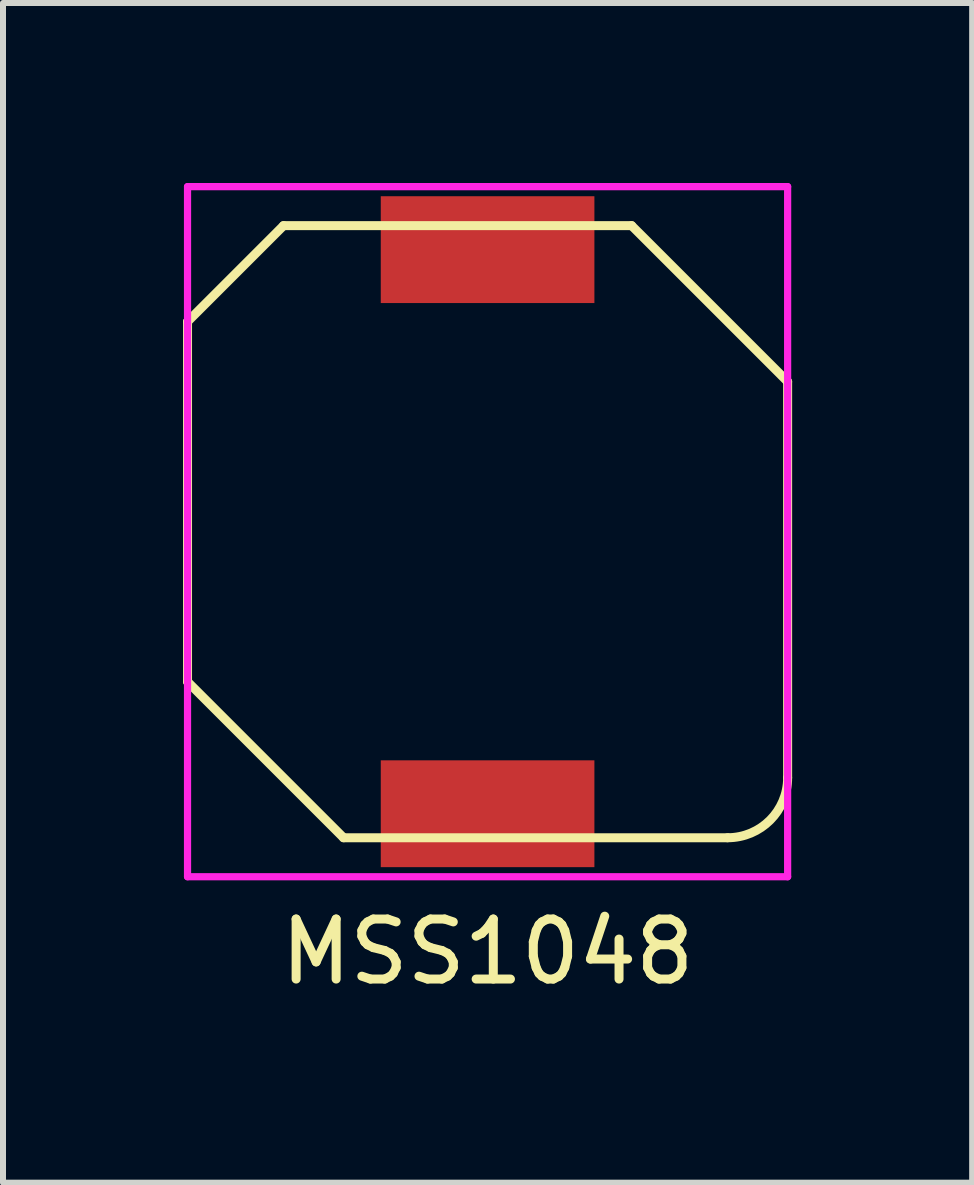
<source format=kicad_pcb>
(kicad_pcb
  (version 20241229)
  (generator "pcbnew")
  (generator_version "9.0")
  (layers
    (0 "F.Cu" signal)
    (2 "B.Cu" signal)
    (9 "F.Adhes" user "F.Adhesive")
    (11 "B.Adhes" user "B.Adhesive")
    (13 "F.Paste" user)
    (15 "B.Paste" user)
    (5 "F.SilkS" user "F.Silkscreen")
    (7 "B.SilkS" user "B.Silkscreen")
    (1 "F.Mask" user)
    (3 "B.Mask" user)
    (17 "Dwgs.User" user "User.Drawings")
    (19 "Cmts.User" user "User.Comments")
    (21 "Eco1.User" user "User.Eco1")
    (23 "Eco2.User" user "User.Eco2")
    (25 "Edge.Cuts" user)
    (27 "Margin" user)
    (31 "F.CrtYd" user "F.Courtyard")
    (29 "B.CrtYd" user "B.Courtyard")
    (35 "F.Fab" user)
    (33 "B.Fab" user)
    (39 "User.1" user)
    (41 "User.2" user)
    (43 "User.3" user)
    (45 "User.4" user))
  (footprint "MSS1048"
    (layer "F.Cu")
    (at 5.075 5.81)
    (property "Reference" "MSS1048" (at 0 7 0) (layer "F.SilkS") (effects (font (size 1 1) (thickness 0.15))))
    (attr smd)
    (fp_line (start -5 -3.5) (end -5 2.5) (stroke (width 0.15) (type solid)) (layer "F.SilkS"))
    (fp_line (start -5 -3.5) (end -3.4 -5.1) (stroke (width 0.15) (type solid)) (layer "F.SilkS"))
    (fp_line (start -5 2.5) (end -2.4 5.1) (stroke (width 0.15) (type solid)) (layer "F.SilkS"))
    (fp_line (start -2.4 5.1) (end 4 5.1) (stroke (width 0.15) (type solid)) (layer "F.SilkS"))
    (fp_line (start 2.4 -5.1) (end -3.4 -5.1) (stroke (width 0.15) (type solid)) (layer "F.SilkS"))
    (fp_line (start 2.4 -5.1) (end 5 -2.5) (stroke (width 0.15) (type solid)) (layer "F.SilkS"))
    (fp_line (start 5 4.1) (end 5 -2.5) (stroke (width 0.15) (type solid)) (layer "F.SilkS"))
    (fp_arc (start 5 4.1) (mid 4.707107 4.807107) (end 4 5.1) (stroke (width 0.15) (type solid)) (layer "F.SilkS"))
    (fp_line (start -5 -5.75) (end 5 -5.75) (stroke (width 0.12) (type solid)) (layer "F.CrtYd"))
    (fp_line (start -5 5.75) (end -5 -5.75) (stroke (width 0.12) (type solid)) (layer "F.CrtYd"))
    (fp_line (start 5 -5.75) (end 5 5.75) (stroke (width 0.12) (type solid)) (layer "F.CrtYd"))
    (fp_line (start 5 5.75) (end -5 5.75) (stroke (width 0.12) (type solid)) (layer "F.CrtYd"))
    (pad "1" smd rect (at 0 -4.7) (size 3.56 1.78) (layers "F.Cu" "F.Mask" "F.Paste"))
    (pad "2" smd rect (at 0 4.7) (size 3.56 1.78) (layers "F.Cu" "F.Mask" "F.Paste")))
  (gr_rect
    (start -3 -3)
    (end 13.15 16.658)
    (stroke (width 0.1) (type default))
    (fill no)
    (layer "Edge.Cuts")))
</source>
